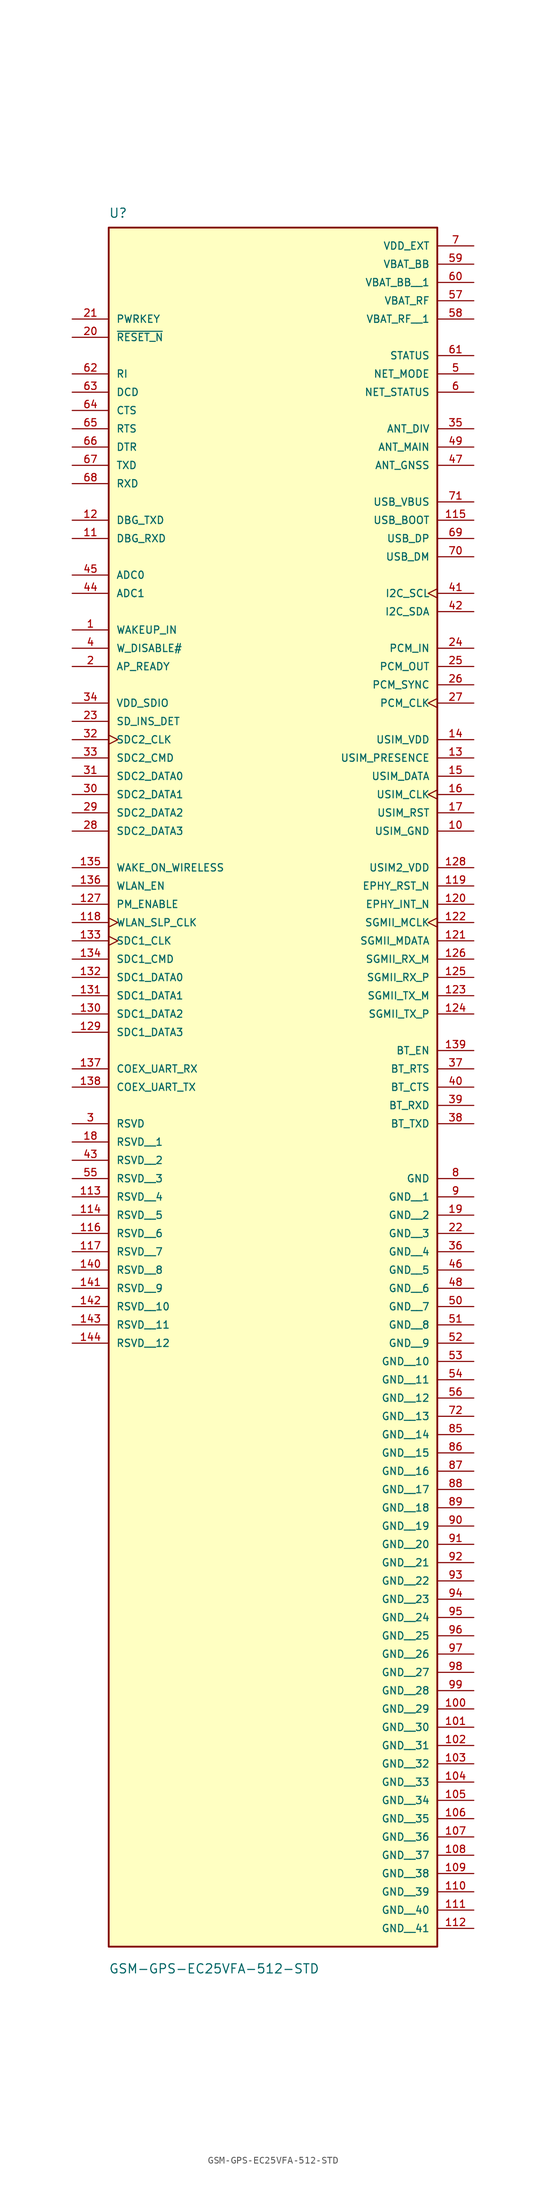
<source format=kicad_sym>
(kicad_symbol_lib
  (version 20211014)
  (generator kicad_symbol_editor)
  (symbol "GSM-GPS-EC25VFA-512-STD"
    (pin_names
      (offset 1.016))
    (property "Reference" "U"
      (at -22.86 64.77 0)
      (effects (font (size 1.27 1.27)) (justify left bottom)))
    (property "Value" "GSM-GPS-EC25VFA-512-STD"
      (at -22.86 -179.07 0)
      (effects (font (size 1.27 1.27)) (justify left bottom)))
    (symbol "GSM-GPS-EC25VFA-512-STD_0_0"
      (rectangle (start -22.86 -175.26) (end 22.86 63.5) (stroke (width 0.254) (type default) (color 0 0 0 0)) (fill (type background)))
      (pin input line (at -27.94 7.62 0) (length 5.08) (name "WAKEUP_IN" (effects (font (size 1.016 1.016)))) (number "1" (effects (font (size 1.016 1.016)))))
      (pin power_in line (at 27.94 -20.32 180) (length 5.08) (name "USIM_GND" (effects (font (size 1.016 1.016)))) (number "10" (effects (font (size 1.016 1.016)))))
      (pin power_in line (at 27.94 -142.24 180) (length 5.08) (name "GND__29" (effects (font (size 1.016 1.016)))) (number "100" (effects (font (size 1.016 1.016)))))
      (pin power_in line (at 27.94 -144.78 180) (length 5.08) (name "GND__30" (effects (font (size 1.016 1.016)))) (number "101" (effects (font (size 1.016 1.016)))))
      (pin power_in line (at 27.94 -147.32 180) (length 5.08) (name "GND__31" (effects (font (size 1.016 1.016)))) (number "102" (effects (font (size 1.016 1.016)))))
      (pin power_in line (at 27.94 -149.86 180) (length 5.08) (name "GND__32" (effects (font (size 1.016 1.016)))) (number "103" (effects (font (size 1.016 1.016)))))
      (pin power_in line (at 27.94 -152.4 180) (length 5.08) (name "GND__33" (effects (font (size 1.016 1.016)))) (number "104" (effects (font (size 1.016 1.016)))))
      (pin power_in line (at 27.94 -154.94 180) (length 5.08) (name "GND__34" (effects (font (size 1.016 1.016)))) (number "105" (effects (font (size 1.016 1.016)))))
      (pin power_in line (at 27.94 -157.48 180) (length 5.08) (name "GND__35" (effects (font (size 1.016 1.016)))) (number "106" (effects (font (size 1.016 1.016)))))
      (pin power_in line (at 27.94 -160.02 180) (length 5.08) (name "GND__36" (effects (font (size 1.016 1.016)))) (number "107" (effects (font (size 1.016 1.016)))))
      (pin power_in line (at 27.94 -162.56 180) (length 5.08) (name "GND__37" (effects (font (size 1.016 1.016)))) (number "108" (effects (font (size 1.016 1.016)))))
      (pin power_in line (at 27.94 -165.1 180) (length 5.08) (name "GND__38" (effects (font (size 1.016 1.016)))) (number "109" (effects (font (size 1.016 1.016)))))
      (pin input line (at -27.94 20.32 0) (length 5.08) (name "DBG_RXD" (effects (font (size 1.016 1.016)))) (number "11" (effects (font (size 1.016 1.016)))))
      (pin power_in line (at 27.94 -167.64 180) (length 5.08) (name "GND__39" (effects (font (size 1.016 1.016)))) (number "110" (effects (font (size 1.016 1.016)))))
      (pin power_in line (at 27.94 -170.18 180) (length 5.08) (name "GND__40" (effects (font (size 1.016 1.016)))) (number "111" (effects (font (size 1.016 1.016)))))
      (pin power_in line (at 27.94 -172.72 180) (length 5.08) (name "GND__41" (effects (font (size 1.016 1.016)))) (number "112" (effects (font (size 1.016 1.016)))))
      (pin passive line (at -27.94 -71.12 0) (length 5.08) (name "RSVD__4" (effects (font (size 1.016 1.016)))) (number "113" (effects (font (size 1.016 1.016)))))
      (pin passive line (at -27.94 -73.66 0) (length 5.08) (name "RSVD__5" (effects (font (size 1.016 1.016)))) (number "114" (effects (font (size 1.016 1.016)))))
      (pin input line (at 27.94 22.86 180) (length 5.08) (name "USB_BOOT" (effects (font (size 1.016 1.016)))) (number "115" (effects (font (size 1.016 1.016)))))
      (pin passive line (at -27.94 -76.2 0) (length 5.08) (name "RSVD__6" (effects (font (size 1.016 1.016)))) (number "116" (effects (font (size 1.016 1.016)))))
      (pin passive line (at -27.94 -78.74 0) (length 5.08) (name "RSVD__7" (effects (font (size 1.016 1.016)))) (number "117" (effects (font (size 1.016 1.016)))))
      (pin output clock (at -27.94 -33.02 0) (length 5.08) (name "WLAN_SLP_CLK" (effects (font (size 1.016 1.016)))) (number "118" (effects (font (size 1.016 1.016)))))
      (pin output line (at 27.94 -27.94 180) (length 5.08) (name "EPHY_RST_N" (effects (font (size 1.016 1.016)))) (number "119" (effects (font (size 1.016 1.016)))))
      (pin output line (at -27.94 22.86 0) (length 5.08) (name "DBG_TXD" (effects (font (size 1.016 1.016)))) (number "12" (effects (font (size 1.016 1.016)))))
      (pin input line (at 27.94 -30.48 180) (length 5.08) (name "EPHY_INT_N" (effects (font (size 1.016 1.016)))) (number "120" (effects (font (size 1.016 1.016)))))
      (pin bidirectional line (at 27.94 -35.56 180) (length 5.08) (name "SGMII_MDATA" (effects (font (size 1.016 1.016)))) (number "121" (effects (font (size 1.016 1.016)))))
      (pin output clock (at 27.94 -33.02 180) (length 5.08) (name "SGMII_MCLK" (effects (font (size 1.016 1.016)))) (number "122" (effects (font (size 1.016 1.016)))))
      (pin output line (at 27.94 -43.18 180) (length 5.08) (name "SGMII_TX_M" (effects (font (size 1.016 1.016)))) (number "123" (effects (font (size 1.016 1.016)))))
      (pin output line (at 27.94 -45.72 180) (length 5.08) (name "SGMII_TX_P" (effects (font (size 1.016 1.016)))) (number "124" (effects (font (size 1.016 1.016)))))
      (pin input line (at 27.94 -40.64 180) (length 5.08) (name "SGMII_RX_P" (effects (font (size 1.016 1.016)))) (number "125" (effects (font (size 1.016 1.016)))))
      (pin input line (at 27.94 -38.1 180) (length 5.08) (name "SGMII_RX_M" (effects (font (size 1.016 1.016)))) (number "126" (effects (font (size 1.016 1.016)))))
      (pin output line (at -27.94 -30.48 0) (length 5.08) (name "PM_ENABLE" (effects (font (size 1.016 1.016)))) (number "127" (effects (font (size 1.016 1.016)))))
      (pin power_in line (at 27.94 -25.4 180) (length 5.08) (name "USIM2_VDD" (effects (font (size 1.016 1.016)))) (number "128" (effects (font (size 1.016 1.016)))))
      (pin bidirectional line (at -27.94 -48.26 0) (length 5.08) (name "SDC1_DATA3" (effects (font (size 1.016 1.016)))) (number "129" (effects (font (size 1.016 1.016)))))
      (pin input line (at 27.94 -10.16 180) (length 5.08) (name "USIM_PRESENCE" (effects (font (size 1.016 1.016)))) (number "13" (effects (font (size 1.016 1.016)))))
      (pin bidirectional line (at -27.94 -45.72 0) (length 5.08) (name "SDC1_DATA2" (effects (font (size 1.016 1.016)))) (number "130" (effects (font (size 1.016 1.016)))))
      (pin bidirectional line (at -27.94 -43.18 0) (length 5.08) (name "SDC1_DATA1" (effects (font (size 1.016 1.016)))) (number "131" (effects (font (size 1.016 1.016)))))
      (pin bidirectional line (at -27.94 -40.64 0) (length 5.08) (name "SDC1_DATA0" (effects (font (size 1.016 1.016)))) (number "132" (effects (font (size 1.016 1.016)))))
      (pin output clock (at -27.94 -35.56 0) (length 5.08) (name "SDC1_CLK" (effects (font (size 1.016 1.016)))) (number "133" (effects (font (size 1.016 1.016)))))
      (pin output line (at -27.94 -38.1 0) (length 5.08) (name "SDC1_CMD" (effects (font (size 1.016 1.016)))) (number "134" (effects (font (size 1.016 1.016)))))
      (pin input line (at -27.94 -25.4 0) (length 5.08) (name "WAKE_ON_WIRELESS" (effects (font (size 1.016 1.016)))) (number "135" (effects (font (size 1.016 1.016)))))
      (pin output line (at -27.94 -27.94 0) (length 5.08) (name "WLAN_EN" (effects (font (size 1.016 1.016)))) (number "136" (effects (font (size 1.016 1.016)))))
      (pin input line (at -27.94 -53.34 0) (length 5.08) (name "COEX_UART_RX" (effects (font (size 1.016 1.016)))) (number "137" (effects (font (size 1.016 1.016)))))
      (pin output line (at -27.94 -55.88 0) (length 5.08) (name "COEX_UART_TX" (effects (font (size 1.016 1.016)))) (number "138" (effects (font (size 1.016 1.016)))))
      (pin output line (at 27.94 -50.8 180) (length 5.08) (name "BT_EN" (effects (font (size 1.016 1.016)))) (number "139" (effects (font (size 1.016 1.016)))))
      (pin power_in line (at 27.94 -7.62 180) (length 5.08) (name "USIM_VDD" (effects (font (size 1.016 1.016)))) (number "14" (effects (font (size 1.016 1.016)))))
      (pin passive line (at -27.94 -81.28 0) (length 5.08) (name "RSVD__8" (effects (font (size 1.016 1.016)))) (number "140" (effects (font (size 1.016 1.016)))))
      (pin passive line (at -27.94 -83.82 0) (length 5.08) (name "RSVD__9" (effects (font (size 1.016 1.016)))) (number "141" (effects (font (size 1.016 1.016)))))
      (pin passive line (at -27.94 -86.36 0) (length 5.08) (name "RSVD__10" (effects (font (size 1.016 1.016)))) (number "142" (effects (font (size 1.016 1.016)))))
      (pin passive line (at -27.94 -88.9 0) (length 5.08) (name "RSVD__11" (effects (font (size 1.016 1.016)))) (number "143" (effects (font (size 1.016 1.016)))))
      (pin passive line (at -27.94 -91.44 0) (length 5.08) (name "RSVD__12" (effects (font (size 1.016 1.016)))) (number "144" (effects (font (size 1.016 1.016)))))
      (pin bidirectional line (at 27.94 -12.7 180) (length 5.08) (name "USIM_DATA" (effects (font (size 1.016 1.016)))) (number "15" (effects (font (size 1.016 1.016)))))
      (pin output clock (at 27.94 -15.24 180) (length 5.08) (name "USIM_CLK" (effects (font (size 1.016 1.016)))) (number "16" (effects (font (size 1.016 1.016)))))
      (pin output line (at 27.94 -17.78 180) (length 5.08) (name "USIM_RST" (effects (font (size 1.016 1.016)))) (number "17" (effects (font (size 1.016 1.016)))))
      (pin passive line (at -27.94 -63.5 0) (length 5.08) (name "RSVD__1" (effects (font (size 1.016 1.016)))) (number "18" (effects (font (size 1.016 1.016)))))
      (pin power_in line (at 27.94 -73.66 180) (length 5.08) (name "GND__2" (effects (font (size 1.016 1.016)))) (number "19" (effects (font (size 1.016 1.016)))))
      (pin input line (at -27.94 2.54 0) (length 5.08) (name "AP_READY" (effects (font (size 1.016 1.016)))) (number "2" (effects (font (size 1.016 1.016)))))
      (pin input line (at -27.94 48.26 0) (length 5.08) (name "~{RESET_N}" (effects (font (size 1.016 1.016)))) (number "20" (effects (font (size 1.016 1.016)))))
      (pin input line (at -27.94 50.8 0) (length 5.08) (name "PWRKEY" (effects (font (size 1.016 1.016)))) (number "21" (effects (font (size 1.016 1.016)))))
      (pin power_in line (at 27.94 -76.2 180) (length 5.08) (name "GND__3" (effects (font (size 1.016 1.016)))) (number "22" (effects (font (size 1.016 1.016)))))
      (pin input line (at -27.94 -5.08 0) (length 5.08) (name "SD_INS_DET" (effects (font (size 1.016 1.016)))) (number "23" (effects (font (size 1.016 1.016)))))
      (pin input line (at 27.94 5.08 180) (length 5.08) (name "PCM_IN" (effects (font (size 1.016 1.016)))) (number "24" (effects (font (size 1.016 1.016)))))
      (pin output line (at 27.94 2.54 180) (length 5.08) (name "PCM_OUT" (effects (font (size 1.016 1.016)))) (number "25" (effects (font (size 1.016 1.016)))))
      (pin bidirectional line (at 27.94 0 180) (length 5.08) (name "PCM_SYNC" (effects (font (size 1.016 1.016)))) (number "26" (effects (font (size 1.016 1.016)))))
      (pin bidirectional clock (at 27.94 -2.54 180) (length 5.08) (name "PCM_CLK" (effects (font (size 1.016 1.016)))) (number "27" (effects (font (size 1.016 1.016)))))
      (pin bidirectional line (at -27.94 -20.32 0) (length 5.08) (name "SDC2_DATA3" (effects (font (size 1.016 1.016)))) (number "28" (effects (font (size 1.016 1.016)))))
      (pin bidirectional line (at -27.94 -17.78 0) (length 5.08) (name "SDC2_DATA2" (effects (font (size 1.016 1.016)))) (number "29" (effects (font (size 1.016 1.016)))))
      (pin passive line (at -27.94 -60.96 0) (length 5.08) (name "RSVD" (effects (font (size 1.016 1.016)))) (number "3" (effects (font (size 1.016 1.016)))))
      (pin bidirectional line (at -27.94 -15.24 0) (length 5.08) (name "SDC2_DATA1" (effects (font (size 1.016 1.016)))) (number "30" (effects (font (size 1.016 1.016)))))
      (pin bidirectional line (at -27.94 -12.7 0) (length 5.08) (name "SDC2_DATA0" (effects (font (size 1.016 1.016)))) (number "31" (effects (font (size 1.016 1.016)))))
      (pin output clock (at -27.94 -7.62 0) (length 5.08) (name "SDC2_CLK" (effects (font (size 1.016 1.016)))) (number "32" (effects (font (size 1.016 1.016)))))
      (pin bidirectional line (at -27.94 -10.16 0) (length 5.08) (name "SDC2_CMD" (effects (font (size 1.016 1.016)))) (number "33" (effects (font (size 1.016 1.016)))))
      (pin power_in line (at -27.94 -2.54 0) (length 5.08) (name "VDD_SDIO" (effects (font (size 1.016 1.016)))) (number "34" (effects (font (size 1.016 1.016)))))
      (pin input line (at 27.94 35.56 180) (length 5.08) (name "ANT_DIV" (effects (font (size 1.016 1.016)))) (number "35" (effects (font (size 1.016 1.016)))))
      (pin power_in line (at 27.94 -78.74 180) (length 5.08) (name "GND__4" (effects (font (size 1.016 1.016)))) (number "36" (effects (font (size 1.016 1.016)))))
      (pin input line (at 27.94 -53.34 180) (length 5.08) (name "BT_RTS" (effects (font (size 1.016 1.016)))) (number "37" (effects (font (size 1.016 1.016)))))
      (pin output line (at 27.94 -60.96 180) (length 5.08) (name "BT_TXD" (effects (font (size 1.016 1.016)))) (number "38" (effects (font (size 1.016 1.016)))))
      (pin input line (at 27.94 -58.42 180) (length 5.08) (name "BT_RXD" (effects (font (size 1.016 1.016)))) (number "39" (effects (font (size 1.016 1.016)))))
      (pin input line (at -27.94 5.08 0) (length 5.08) (name "W_DISABLE#" (effects (font (size 1.016 1.016)))) (number "4" (effects (font (size 1.016 1.016)))))
      (pin output line (at 27.94 -55.88 180) (length 5.08) (name "BT_CTS" (effects (font (size 1.016 1.016)))) (number "40" (effects (font (size 1.016 1.016)))))
      (pin output clock (at 27.94 12.7 180) (length 5.08) (name "I2C_SCL" (effects (font (size 1.016 1.016)))) (number "41" (effects (font (size 1.016 1.016)))))
      (pin output line (at 27.94 10.16 180) (length 5.08) (name "I2C_SDA" (effects (font (size 1.016 1.016)))) (number "42" (effects (font (size 1.016 1.016)))))
      (pin passive line (at -27.94 -66.04 0) (length 5.08) (name "RSVD__2" (effects (font (size 1.016 1.016)))) (number "43" (effects (font (size 1.016 1.016)))))
      (pin input line (at -27.94 12.7 0) (length 5.08) (name "ADC1" (effects (font (size 1.016 1.016)))) (number "44" (effects (font (size 1.016 1.016)))))
      (pin input line (at -27.94 15.24 0) (length 5.08) (name "ADC0" (effects (font (size 1.016 1.016)))) (number "45" (effects (font (size 1.016 1.016)))))
      (pin power_in line (at 27.94 -81.28 180) (length 5.08) (name "GND__5" (effects (font (size 1.016 1.016)))) (number "46" (effects (font (size 1.016 1.016)))))
      (pin input line (at 27.94 30.48 180) (length 5.08) (name "ANT_GNSS" (effects (font (size 1.016 1.016)))) (number "47" (effects (font (size 1.016 1.016)))))
      (pin power_in line (at 27.94 -83.82 180) (length 5.08) (name "GND__6" (effects (font (size 1.016 1.016)))) (number "48" (effects (font (size 1.016 1.016)))))
      (pin bidirectional line (at 27.94 33.02 180) (length 5.08) (name "ANT_MAIN" (effects (font (size 1.016 1.016)))) (number "49" (effects (font (size 1.016 1.016)))))
      (pin output line (at 27.94 43.18 180) (length 5.08) (name "NET_MODE" (effects (font (size 1.016 1.016)))) (number "5" (effects (font (size 1.016 1.016)))))
      (pin power_in line (at 27.94 -86.36 180) (length 5.08) (name "GND__7" (effects (font (size 1.016 1.016)))) (number "50" (effects (font (size 1.016 1.016)))))
      (pin power_in line (at 27.94 -88.9 180) (length 5.08) (name "GND__8" (effects (font (size 1.016 1.016)))) (number "51" (effects (font (size 1.016 1.016)))))
      (pin power_in line (at 27.94 -91.44 180) (length 5.08) (name "GND__9" (effects (font (size 1.016 1.016)))) (number "52" (effects (font (size 1.016 1.016)))))
      (pin power_in line (at 27.94 -93.98 180) (length 5.08) (name "GND__10" (effects (font (size 1.016 1.016)))) (number "53" (effects (font (size 1.016 1.016)))))
      (pin power_in line (at 27.94 -96.52 180) (length 5.08) (name "GND__11" (effects (font (size 1.016 1.016)))) (number "54" (effects (font (size 1.016 1.016)))))
      (pin passive line (at -27.94 -68.58 0) (length 5.08) (name "RSVD__3" (effects (font (size 1.016 1.016)))) (number "55" (effects (font (size 1.016 1.016)))))
      (pin power_in line (at 27.94 -99.06 180) (length 5.08) (name "GND__12" (effects (font (size 1.016 1.016)))) (number "56" (effects (font (size 1.016 1.016)))))
      (pin power_in line (at 27.94 53.34 180) (length 5.08) (name "VBAT_RF" (effects (font (size 1.016 1.016)))) (number "57" (effects (font (size 1.016 1.016)))))
      (pin power_in line (at 27.94 50.8 180) (length 5.08) (name "VBAT_RF__1" (effects (font (size 1.016 1.016)))) (number "58" (effects (font (size 1.016 1.016)))))
      (pin power_in line (at 27.94 58.42 180) (length 5.08) (name "VBAT_BB" (effects (font (size 1.016 1.016)))) (number "59" (effects (font (size 1.016 1.016)))))
      (pin output line (at 27.94 40.64 180) (length 5.08) (name "NET_STATUS" (effects (font (size 1.016 1.016)))) (number "6" (effects (font (size 1.016 1.016)))))
      (pin power_in line (at 27.94 55.88 180) (length 5.08) (name "VBAT_BB__1" (effects (font (size 1.016 1.016)))) (number "60" (effects (font (size 1.016 1.016)))))
      (pin output line (at 27.94 45.72 180) (length 5.08) (name "STATUS" (effects (font (size 1.016 1.016)))) (number "61" (effects (font (size 1.016 1.016)))))
      (pin output line (at -27.94 43.18 0) (length 5.08) (name "RI" (effects (font (size 1.016 1.016)))) (number "62" (effects (font (size 1.016 1.016)))))
      (pin output line (at -27.94 40.64 0) (length 5.08) (name "DCD" (effects (font (size 1.016 1.016)))) (number "63" (effects (font (size 1.016 1.016)))))
      (pin output line (at -27.94 38.1 0) (length 5.08) (name "CTS" (effects (font (size 1.016 1.016)))) (number "64" (effects (font (size 1.016 1.016)))))
      (pin input line (at -27.94 35.56 0) (length 5.08) (name "RTS" (effects (font (size 1.016 1.016)))) (number "65" (effects (font (size 1.016 1.016)))))
      (pin input line (at -27.94 33.02 0) (length 5.08) (name "DTR" (effects (font (size 1.016 1.016)))) (number "66" (effects (font (size 1.016 1.016)))))
      (pin output line (at -27.94 30.48 0) (length 5.08) (name "TXD" (effects (font (size 1.016 1.016)))) (number "67" (effects (font (size 1.016 1.016)))))
      (pin input line (at -27.94 27.94 0) (length 5.08) (name "RXD" (effects (font (size 1.016 1.016)))) (number "68" (effects (font (size 1.016 1.016)))))
      (pin bidirectional line (at 27.94 20.32 180) (length 5.08) (name "USB_DP" (effects (font (size 1.016 1.016)))) (number "69" (effects (font (size 1.016 1.016)))))
      (pin power_in line (at 27.94 60.96 180) (length 5.08) (name "VDD_EXT" (effects (font (size 1.016 1.016)))) (number "7" (effects (font (size 1.016 1.016)))))
      (pin bidirectional line (at 27.94 17.78 180) (length 5.08) (name "USB_DM" (effects (font (size 1.016 1.016)))) (number "70" (effects (font (size 1.016 1.016)))))
      (pin input line (at 27.94 25.4 180) (length 5.08) (name "USB_VBUS" (effects (font (size 1.016 1.016)))) (number "71" (effects (font (size 1.016 1.016)))))
      (pin power_in line (at 27.94 -101.6 180) (length 5.08) (name "GND__13" (effects (font (size 1.016 1.016)))) (number "72" (effects (font (size 1.016 1.016)))))
      (pin power_in line (at 27.94 -68.58 180) (length 5.08) (name "GND" (effects (font (size 1.016 1.016)))) (number "8" (effects (font (size 1.016 1.016)))))
      (pin power_in line (at 27.94 -104.14 180) (length 5.08) (name "GND__14" (effects (font (size 1.016 1.016)))) (number "85" (effects (font (size 1.016 1.016)))))
      (pin power_in line (at 27.94 -106.68 180) (length 5.08) (name "GND__15" (effects (font (size 1.016 1.016)))) (number "86" (effects (font (size 1.016 1.016)))))
      (pin power_in line (at 27.94 -109.22 180) (length 5.08) (name "GND__16" (effects (font (size 1.016 1.016)))) (number "87" (effects (font (size 1.016 1.016)))))
      (pin power_in line (at 27.94 -111.76 180) (length 5.08) (name "GND__17" (effects (font (size 1.016 1.016)))) (number "88" (effects (font (size 1.016 1.016)))))
      (pin power_in line (at 27.94 -114.3 180) (length 5.08) (name "GND__18" (effects (font (size 1.016 1.016)))) (number "89" (effects (font (size 1.016 1.016)))))
      (pin power_in line (at 27.94 -71.12 180) (length 5.08) (name "GND__1" (effects (font (size 1.016 1.016)))) (number "9" (effects (font (size 1.016 1.016)))))
      (pin power_in line (at 27.94 -116.84 180) (length 5.08) (name "GND__19" (effects (font (size 1.016 1.016)))) (number "90" (effects (font (size 1.016 1.016)))))
      (pin power_in line (at 27.94 -119.38 180) (length 5.08) (name "GND__20" (effects (font (size 1.016 1.016)))) (number "91" (effects (font (size 1.016 1.016)))))
      (pin power_in line (at 27.94 -121.92 180) (length 5.08) (name "GND__21" (effects (font (size 1.016 1.016)))) (number "92" (effects (font (size 1.016 1.016)))))
      (pin power_in line (at 27.94 -124.46 180) (length 5.08) (name "GND__22" (effects (font (size 1.016 1.016)))) (number "93" (effects (font (size 1.016 1.016)))))
      (pin power_in line (at 27.94 -127 180) (length 5.08) (name "GND__23" (effects (font (size 1.016 1.016)))) (number "94" (effects (font (size 1.016 1.016)))))
      (pin power_in line (at 27.94 -129.54 180) (length 5.08) (name "GND__24" (effects (font (size 1.016 1.016)))) (number "95" (effects (font (size 1.016 1.016)))))
      (pin power_in line (at 27.94 -132.08 180) (length 5.08) (name "GND__25" (effects (font (size 1.016 1.016)))) (number "96" (effects (font (size 1.016 1.016)))))
      (pin power_in line (at 27.94 -134.62 180) (length 5.08) (name "GND__26" (effects (font (size 1.016 1.016)))) (number "97" (effects (font (size 1.016 1.016)))))
      (pin power_in line (at 27.94 -137.16 180) (length 5.08) (name "GND__27" (effects (font (size 1.016 1.016)))) (number "98" (effects (font (size 1.016 1.016)))))
      (pin power_in line (at 27.94 -139.7 180) (length 5.08) (name "GND__28" (effects (font (size 1.016 1.016)))) (number "99" (effects (font (size 1.016 1.016))))))))
</source>
